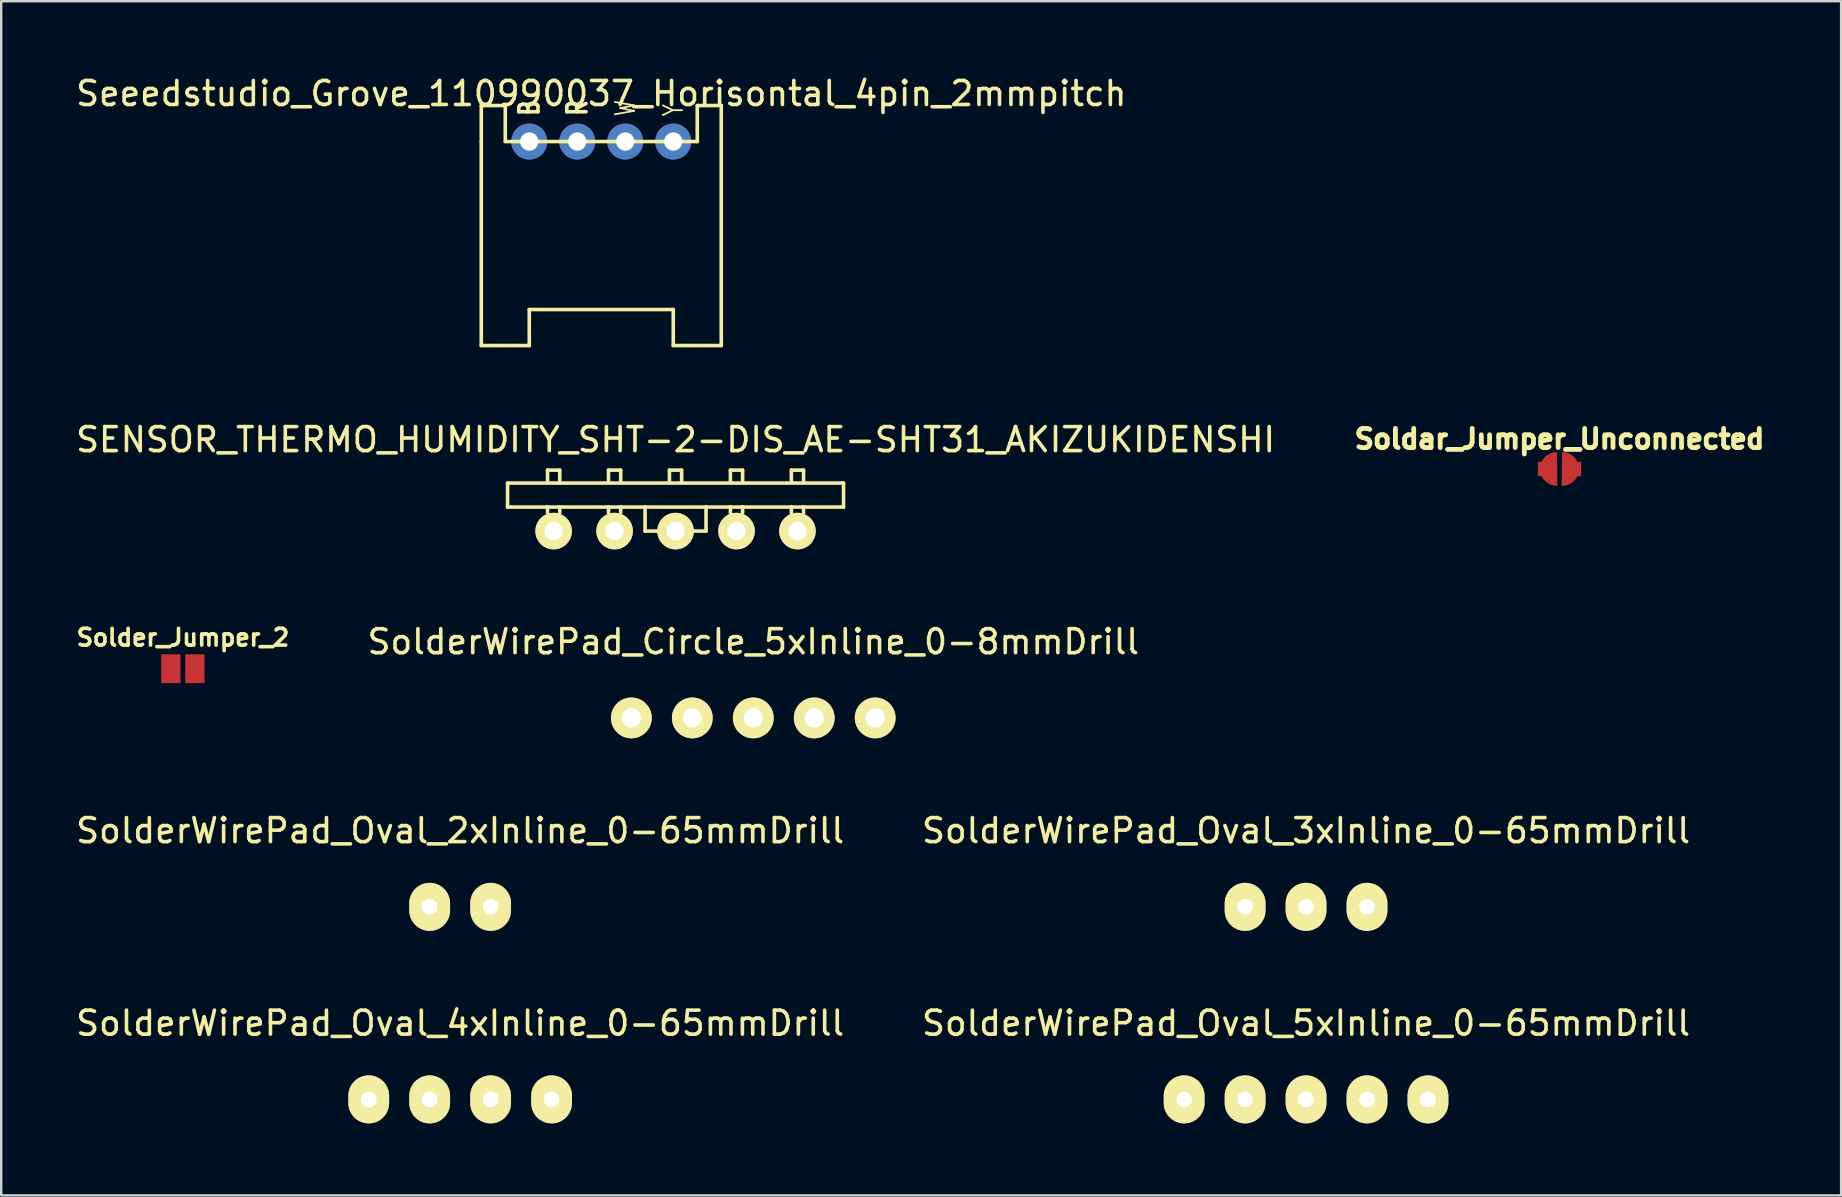
<source format=kicad_pcb>
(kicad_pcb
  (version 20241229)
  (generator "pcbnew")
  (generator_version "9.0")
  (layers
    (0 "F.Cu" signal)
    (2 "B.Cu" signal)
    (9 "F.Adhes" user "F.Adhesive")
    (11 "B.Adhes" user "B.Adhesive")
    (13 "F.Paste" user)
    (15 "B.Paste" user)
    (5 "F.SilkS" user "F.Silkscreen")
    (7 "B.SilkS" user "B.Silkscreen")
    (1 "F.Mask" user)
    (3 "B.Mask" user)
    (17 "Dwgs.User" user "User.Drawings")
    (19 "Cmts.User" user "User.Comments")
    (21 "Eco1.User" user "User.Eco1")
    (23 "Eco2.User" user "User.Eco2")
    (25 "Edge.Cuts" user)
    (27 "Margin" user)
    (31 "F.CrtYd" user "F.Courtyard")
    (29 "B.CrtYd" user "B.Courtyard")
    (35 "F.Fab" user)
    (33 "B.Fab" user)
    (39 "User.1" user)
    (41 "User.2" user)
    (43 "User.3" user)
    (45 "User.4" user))
  (footprint "Soldar_Jumper_Unconnected"
    (layer "F.Cu")
    (at 61.937 16.492)
    (property "Reference" "Soldar_Jumper_Unconnected" (at 0 -1.25 0) (layer "F.SilkS") (effects (font (size 0.8 0.8) (thickness 0.2))))
    (attr through_hole)
    (fp_poly (pts (xy 0.154 -0.699) (xy 0.237 -0.688) (xy 0.317 -0.668) (xy 0.394 -0.638) (xy 0.465 -0.601) (xy 0.532 -0.556) (xy 0.593 -0.504) (xy 0.647 -0.445) (xy 0.695 -0.379) (xy 0.735 -0.308) (xy 0.767 -0.232) (xy 0.791 -0.151) (xy 0.796 -0.128) (xy 0.801 -0.092) (xy 0.804 -0.048) (xy 0.805 -0.001) (xy 0.804 0.047) (xy 0.801 0.092) (xy 0.795 0.131) (xy 0.793 0.141) (xy 0.771 0.223) (xy 0.739 0.299) (xy 0.7 0.371) (xy 0.653 0.437) (xy 0.599 0.497) (xy 0.539 0.55) (xy 0.473 0.596) (xy 0.402 0.634) (xy 0.326 0.665) (xy 0.246 0.686) (xy 0.163 0.698) (xy 0.15 0.699) (xy 0.1 0.703) (xy 0.103 0.363) (xy 0.104 0.294) (xy 0.105 0.217) (xy 0.105 0.134) (xy 0.106 0.048) (xy 0.106 -0.039) (xy 0.106 -0.126) (xy 0.107 -0.209) (xy 0.107 -0.287) (xy 0.107 -0.34) (xy 0.107 -0.702) (xy 0.154 -0.699)) (stroke (width 0.01) (type solid)) (fill yes) (layer "F.Cu"))
    (fp_poly (pts (xy -0.107 -0.34) (xy -0.107 -0.267) (xy -0.106 -0.188) (xy -0.106 -0.103) (xy -0.106 -0.016) (xy -0.105 0.071) (xy -0.105 0.156) (xy -0.104 0.237) (xy -0.104 0.312) (xy -0.103 0.362) (xy -0.1 0.701) (xy -0.127 0.7) (xy -0.148 0.699) (xy -0.168 0.698) (xy -0.175 0.697) (xy -0.219 0.691) (xy -0.267 0.681) (xy -0.317 0.667) (xy -0.365 0.65) (xy -0.407 0.632) (xy -0.414 0.629) (xy -0.487 0.587) (xy -0.554 0.538) (xy -0.613 0.482) (xy -0.665 0.421) (xy -0.71 0.355) (xy -0.746 0.284) (xy -0.775 0.21) (xy -0.794 0.133) (xy -0.805 0.054) (xy -0.807 -0.027) (xy -0.799 -0.109) (xy -0.781 -0.191) (xy -0.779 -0.196) (xy -0.767 -0.233) (xy -0.75 -0.274) (xy -0.73 -0.316) (xy -0.709 -0.357) (xy -0.688 -0.391) (xy -0.687 -0.392) (xy -0.635 -0.459) (xy -0.577 -0.519) (xy -0.513 -0.57) (xy -0.443 -0.614) (xy -0.368 -0.649) (xy -0.289 -0.676) (xy -0.207 -0.693) (xy -0.153 -0.699) (xy -0.107 -0.702) (xy -0.107 -0.34)) (stroke (width 0.01) (type solid)) (fill yes) (layer "F.Cu"))
    (pad "1" smd rect (at -0.5 0) (size 0.8 0.6) (layers "F.Cu" "F.Mask" "F.Paste"))
    (pad "2" smd rect (at 0.5 0) (size 0.8 0.6) (layers "F.Cu" "F.Mask" "F.Paste")))
  (footprint "SolderWirePad_Oval_3xInline_0-65mmDrill"
    (layer "F.Cu")
    (at 51.375 34.74)
    (property "Reference" "SolderWirePad_Oval_3xInline_0-65mmDrill" (at 0 -3.175 0) (layer "F.SilkS") (effects (font (size 1 1) (thickness 0.15))))
    (attr through_hole)
    (pad "1" thru_hole oval (at -2.54 0) (size 1.7 2) (drill 0.65) (layers "*.Cu" "*.Mask" "F.SilkS"))
    (pad "2" thru_hole oval (at 0 0) (size 1.7 2) (drill 0.65) (layers "*.Cu" "*.Mask" "F.SilkS"))
    (pad "3" thru_hole oval (at 2.54 0) (size 1.7 2) (drill 0.65) (layers "*.Cu" "*.Mask" "F.SilkS")))
  (footprint "SolderWirePad_Oval_2xInline_0-65mmDrill"
    (layer "F.Cu")
    (at 16.125 34.74)
    (property "Reference" "SolderWirePad_Oval_2xInline_0-65mmDrill" (at 0 -3.175 0) (layer "F.SilkS") (effects (font (size 1 1) (thickness 0.15))))
    (attr through_hole)
    (pad "1" thru_hole oval (at -1.27 0) (size 1.7 2) (drill 0.65) (layers "*.Cu" "*.Mask" "F.SilkS"))
    (pad "2" thru_hole oval (at 1.27 0) (size 1.7 2) (drill 0.65) (layers "*.Cu" "*.Mask" "F.SilkS")))
  (footprint "SENSOR_THERMO_HUMIDITY_SHT-2-DIS_AE-SHT31_AKIZUKIDENSHI"
    (layer "F.Cu")
    (at 25.101 19.081)
    (property "Reference" "SENSOR_THERMO_HUMIDITY_SHT-2-DIS_AE-SHT31_AKIZUKIDENSHI" (at 0 -3.81 0) (layer "F.SilkS") (effects (font (size 1 1) (thickness 0.15))))
    (attr through_hole)
    (fp_line (start -7 -2) (end 7 -2) (stroke (width 0.15) (type solid)) (layer "F.SilkS"))
    (fp_line (start -7 -1) (end -7 -2) (stroke (width 0.15) (type solid)) (layer "F.SilkS"))
    (fp_line (start -5.334 -2.54) (end -4.826 -2.54) (stroke (width 0.15) (type solid)) (layer "F.SilkS"))
    (fp_line (start -5.334 -2.032) (end -5.334 -2.54) (stroke (width 0.15) (type solid)) (layer "F.SilkS"))
    (fp_line (start -5.334 -1.016) (end -5.334 -0.762) (stroke (width 0.15) (type solid)) (layer "F.SilkS"))
    (fp_line (start -4.826 -2.54) (end -4.826 -2.032) (stroke (width 0.15) (type solid)) (layer "F.SilkS"))
    (fp_line (start -4.826 -0.762) (end -4.826 -1.016) (stroke (width 0.15) (type solid)) (layer "F.SilkS"))
    (fp_line (start -2.794 -2.54) (end -2.286 -2.54) (stroke (width 0.15) (type solid)) (layer "F.SilkS"))
    (fp_line (start -2.794 -2.032) (end -2.794 -2.54) (stroke (width 0.15) (type solid)) (layer "F.SilkS"))
    (fp_line (start -2.794 -1.016) (end -2.794 -0.762) (stroke (width 0.15) (type solid)) (layer "F.SilkS"))
    (fp_line (start -2.286 -2.54) (end -2.286 -2.032) (stroke (width 0.15) (type solid)) (layer "F.SilkS"))
    (fp_line (start -2.286 -1.016) (end -2.286 -0.762) (stroke (width 0.15) (type solid)) (layer "F.SilkS"))
    (fp_line (start -1.27 -1.016) (end -1.27 0) (stroke (width 0.15) (type solid)) (layer "F.SilkS"))
    (fp_line (start -1.27 0) (end -0.762 0) (stroke (width 0.15) (type solid)) (layer "F.SilkS"))
    (fp_line (start -0.254 -2.54) (end 0.254 -2.54) (stroke (width 0.15) (type solid)) (layer "F.SilkS"))
    (fp_line (start -0.254 -2.032) (end -0.254 -2.54) (stroke (width 0.15) (type solid)) (layer "F.SilkS"))
    (fp_line (start 0.254 -2.54) (end 0.254 -2.032) (stroke (width 0.15) (type solid)) (layer "F.SilkS"))
    (fp_line (start 0.762 0) (end 1.27 0) (stroke (width 0.15) (type solid)) (layer "F.SilkS"))
    (fp_line (start 1.27 0) (end 1.27 -1.016) (stroke (width 0.15) (type solid)) (layer "F.SilkS"))
    (fp_line (start 2.286 -2.54) (end 2.794 -2.54) (stroke (width 0.15) (type solid)) (layer "F.SilkS"))
    (fp_line (start 2.286 -2.032) (end 2.286 -2.54) (stroke (width 0.15) (type solid)) (layer "F.SilkS"))
    (fp_line (start 2.286 -1.016) (end 2.286 -0.762) (stroke (width 0.15) (type solid)) (layer "F.SilkS"))
    (fp_line (start 2.794 -2.54) (end 2.794 -2.032) (stroke (width 0.15) (type solid)) (layer "F.SilkS"))
    (fp_line (start 2.794 -1.016) (end 2.794 -0.762) (stroke (width 0.15) (type solid)) (layer "F.SilkS"))
    (fp_line (start 4.826 -2.54) (end 5.334 -2.54) (stroke (width 0.15) (type solid)) (layer "F.SilkS"))
    (fp_line (start 4.826 -2.032) (end 4.826 -2.54) (stroke (width 0.15) (type solid)) (layer "F.SilkS"))
    (fp_line (start 4.826 -1.016) (end 4.826 -0.762) (stroke (width 0.15) (type solid)) (layer "F.SilkS"))
    (fp_line (start 5.334 -2.54) (end 5.334 -2.032) (stroke (width 0.15) (type solid)) (layer "F.SilkS"))
    (fp_line (start 5.334 -1.016) (end 5.334 -0.762) (stroke (width 0.15) (type solid)) (layer "F.SilkS"))
    (fp_line (start 7 -2) (end 7 -1) (stroke (width 0.15) (type solid)) (layer "F.SilkS"))
    (fp_line (start 7 -1) (end -7 -1) (stroke (width 0.15) (type solid)) (layer "F.SilkS"))
    (pad "1" thru_hole circle (at -5.08 0) (size 1.524 1.524) (drill 0.762) (layers "*.Cu" "*.Mask" "F.SilkS"))
    (pad "2" thru_hole circle (at -2.54 0) (size 1.524 1.524) (drill 0.762) (layers "*.Cu" "*.Mask" "F.SilkS"))
    (pad "3" thru_hole circle (at 0 0) (size 1.524 1.524) (drill 0.762) (layers "*.Cu" "*.Mask" "F.SilkS"))
    (pad "4" thru_hole circle (at 2.54 0) (size 1.524 1.524) (drill 0.762) (layers "*.Cu" "*.Mask" "F.SilkS"))
    (pad "5" thru_hole circle (at 5.08 0) (size 1.524 1.524) (drill 0.762) (layers "*.Cu" "*.Mask" "F.SilkS")))
  (footprint "Solder_Jumper_2"
    (layer "F.Cu")
    (at 4.572 24.816)
    (property "Reference" "Solder_Jumper_2" (at 0 -1.3 0) (layer "F.SilkS") (effects (font (size 0.7 0.7) (thickness 0.15))))
    (attr through_hole)
    (pad "1" smd rect (at -0.5 0) (size 0.8 1.2) (layers "F.Cu" "F.Mask" "F.Paste"))
    (pad "2" smd rect (at 0.5 0) (size 0.8 1.2) (layers "F.Cu" "F.Mask" "F.Paste")))
  (footprint "SolderWirePad_Oval_4xInline_0-65mmDrill"
    (layer "F.Cu")
    (at 16.125 42.763)
    (property "Reference" "SolderWirePad_Oval_4xInline_0-65mmDrill" (at 0 -3.175 0) (layer "F.SilkS") (effects (font (size 1 1) (thickness 0.15))))
    (attr through_hole)
    (pad "1" thru_hole oval (at -3.81 0) (size 1.7 2) (drill 0.65) (layers "*.Cu" "*.Mask" "F.SilkS"))
    (pad "2" thru_hole oval (at -1.27 0) (size 1.7 2) (drill 0.65) (layers "*.Cu" "*.Mask" "F.SilkS"))
    (pad "3" thru_hole oval (at 1.27 0) (size 1.7 2) (drill 0.65) (layers "*.Cu" "*.Mask" "F.SilkS"))
    (pad "4" thru_hole oval (at 3.81 0) (size 1.7 2) (drill 0.65) (layers "*.Cu" "*.Mask" "F.SilkS")))
  (footprint "Seeedstudio_Grove_110990037_Horisontal_4pin_2mmpitch"
    (layer "F.Cu")
    (at 22.006 2.848)
    (property "Reference" "Seeedstudio_Grove_110990037_Horisontal_4pin_2mmpitch" (at 0 -2 0) (layer "F.SilkS") (effects (font (size 1 1) (thickness 0.15))))
    (attr through_hole)
    (fp_line (start -5 -1.5) (end -4 -1.5) (stroke (width 0.15) (type solid)) (layer "F.SilkS"))
    (fp_line (start -5 0) (end -5 -1.5) (stroke (width 0.15) (type solid)) (layer "F.SilkS"))
    (fp_line (start -5 8.5) (end -5 0) (stroke (width 0.15) (type solid)) (layer "F.SilkS"))
    (fp_line (start -5 8.5) (end -3 8.5) (stroke (width 0.15) (type solid)) (layer "F.SilkS"))
    (fp_line (start -4 -1.5) (end -4 0) (stroke (width 0.15) (type solid)) (layer "F.SilkS"))
    (fp_line (start -4 0) (end 4 0) (stroke (width 0.15) (type solid)) (layer "F.SilkS"))
    (fp_line (start -3 7) (end 3 7) (stroke (width 0.15) (type solid)) (layer "F.SilkS"))
    (fp_line (start -3 8.5) (end -3 7) (stroke (width 0.15) (type solid)) (layer "F.SilkS"))
    (fp_line (start 3 8.5) (end 3 7) (stroke (width 0.15) (type solid)) (layer "F.SilkS"))
    (fp_line (start 4 -1.5) (end 5 -1.5) (stroke (width 0.15) (type solid)) (layer "F.SilkS"))
    (fp_line (start 4 0) (end 4 -1.5) (stroke (width 0.15) (type solid)) (layer "F.SilkS"))
    (fp_line (start 5 -1.5) (end 5 8.5) (stroke (width 0.15) (type solid)) (layer "F.SilkS"))
    (fp_line (start 5 8.5) (end 3 8.5) (stroke (width 0.15) (type solid)) (layer "F.SilkS"))
    (fp_text user "Y" (at 3 -1 90) (layer "F.SilkS") (effects (font (size 0.8 0.6) (thickness 0.075)) (justify left)))
    (fp_text user "R" (at -1 -1 90) (layer "F.SilkS") (effects (font (size 0.8 0.6) (thickness 0.15)) (justify left)))
    (fp_text user "B" (at -3 -1 90) (layer "F.SilkS") (effects (font (size 0.8 0.6) (thickness 0.15)) (justify left)))
    (fp_text user "W" (at 1 -1 90) (layer "F.SilkS") (effects (font (size 0.8 0.6) (thickness 0.075)) (justify left)))
    (pad "1" thru_hole circle (at 3 0) (size 1.5 1.5) (drill 0.762) (layers "*.Cu" "*.Mask"))
    (pad "2" thru_hole circle (at 1 0) (size 1.5 1.5) (drill 0.762) (layers "*.Cu" "*.Mask"))
    (pad "3" thru_hole circle (at -1 0) (size 1.5 1.5) (drill 0.762) (layers "*.Cu" "*.Mask"))
    (pad "4" thru_hole circle (at -3 0) (size 1.5 1.5) (drill 0.762) (layers "*.Cu" "*.Mask")))
  (footprint "SolderWirePad_Circle_5xInline_0-8mmDrill"
    (layer "F.Cu")
    (at 28.34 26.867)
    (property "Reference" "SolderWirePad_Circle_5xInline_0-8mmDrill" (at 0 -3.175 0) (layer "F.SilkS") (effects (font (size 1 1) (thickness 0.15))))
    (attr through_hole)
    (pad "1" thru_hole circle (at -5.08 0) (size 1.7 1.7) (drill 0.8) (layers "*.Cu" "*.Mask" "F.SilkS"))
    (pad "2" thru_hole circle (at -2.54 0) (size 1.7 1.7) (drill 0.8) (layers "*.Cu" "*.Mask" "F.SilkS"))
    (pad "3" thru_hole circle (at 0 0) (size 1.7 1.7) (drill 0.8) (layers "*.Cu" "*.Mask" "F.SilkS"))
    (pad "4" thru_hole circle (at 2.54 0) (size 1.7 1.7) (drill 0.8) (layers "*.Cu" "*.Mask" "F.SilkS"))
    (pad "5" thru_hole circle (at 5.08 0) (size 1.7 1.7) (drill 0.8) (layers "*.Cu" "*.Mask" "F.SilkS")))
  (footprint "SolderWirePad_Oval_5xInline_0-65mmDrill"
    (layer "F.Cu")
    (at 51.375 42.763)
    (property "Reference" "SolderWirePad_Oval_5xInline_0-65mmDrill" (at 0 -3.175 0) (layer "F.SilkS") (effects (font (size 1 1) (thickness 0.15))))
    (attr through_hole)
    (pad "1" thru_hole oval (at -5.08 0) (size 1.7 2) (drill 0.65) (layers "*.Cu" "*.Mask" "F.SilkS"))
    (pad "2" thru_hole oval (at -2.54 0) (size 1.7 2) (drill 0.65) (layers "*.Cu" "*.Mask" "F.SilkS"))
    (pad "3" thru_hole oval (at 0 0) (size 1.7 2) (drill 0.65) (layers "*.Cu" "*.Mask" "F.SilkS"))
    (pad "4" thru_hole oval (at 2.54 0) (size 1.7 2) (drill 0.65) (layers "*.Cu" "*.Mask" "F.SilkS"))
    (pad "5" thru_hole oval (at 5.08 0) (size 1.7 2) (drill 0.65) (layers "*.Cu" "*.Mask" "F.SilkS")))
  (gr_rect
    (start -3 -3)
    (end 73.671 46.763)
    (stroke (width 0.1) (type default))
    (fill no)
    (layer "Edge.Cuts")))
</source>
